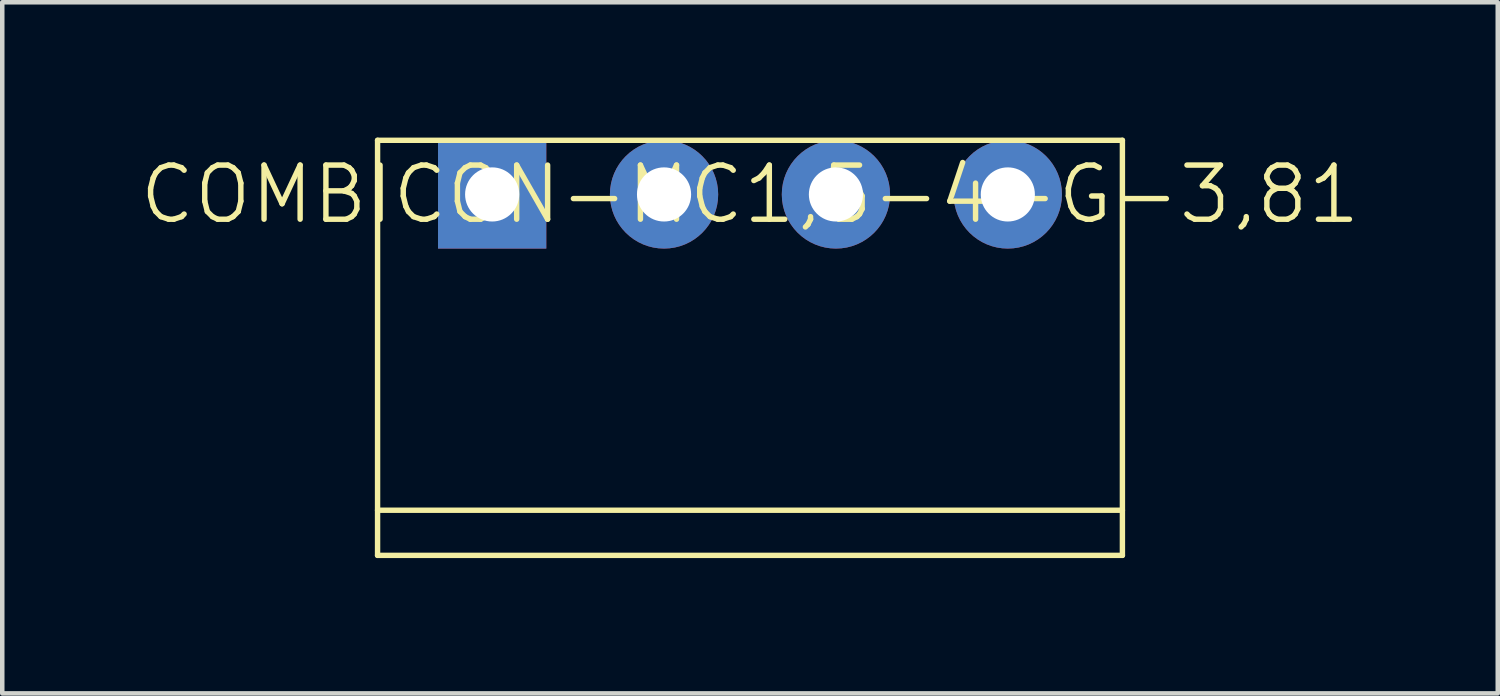
<source format=kicad_pcb>
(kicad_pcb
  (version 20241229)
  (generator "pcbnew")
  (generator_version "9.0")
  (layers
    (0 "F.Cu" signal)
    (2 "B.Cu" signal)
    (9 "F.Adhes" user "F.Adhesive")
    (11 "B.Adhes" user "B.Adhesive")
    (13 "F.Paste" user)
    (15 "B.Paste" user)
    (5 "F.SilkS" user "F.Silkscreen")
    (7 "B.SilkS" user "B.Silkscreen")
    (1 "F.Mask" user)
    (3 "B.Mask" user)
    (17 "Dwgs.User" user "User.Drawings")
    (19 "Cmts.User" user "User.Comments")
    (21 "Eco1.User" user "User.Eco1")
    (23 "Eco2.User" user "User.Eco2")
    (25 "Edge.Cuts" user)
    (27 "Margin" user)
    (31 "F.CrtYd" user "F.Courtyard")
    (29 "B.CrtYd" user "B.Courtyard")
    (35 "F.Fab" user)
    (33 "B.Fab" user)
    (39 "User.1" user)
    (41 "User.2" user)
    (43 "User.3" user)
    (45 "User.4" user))
  (footprint "COMBICON-MC1,5-4-G-3,81"
    (layer "F.Cu")
    (at 13.574 1.26)
    (property "Reference" "COMBICON-MC1,5-4-G-3,81" (at 0 0 0) (layer "F.SilkS") (effects (font (size 1.2 1.2) (thickness 0.12))))
    (attr through_hole)
    (fp_line (start -8.255 -1.2) (end -8.255 8) (stroke (width 0.12) (type solid)) (layer "F.SilkS"))
    (fp_line (start -8.255 7) (end 8.255 7) (stroke (width 0.12) (type solid)) (layer "F.SilkS"))
    (fp_line (start -8.255 8) (end 8.255 8) (stroke (width 0.12) (type solid)) (layer "F.SilkS"))
    (fp_line (start 8.255 -1.2) (end -8.255 -1.2) (stroke (width 0.12) (type solid)) (layer "F.SilkS"))
    (fp_line (start 8.255 8) (end 8.255 -1.2) (stroke (width 0.12) (type solid)) (layer "F.SilkS"))
    (pad "1" thru_hole rect (at -5.715 0) (size 2.4 2.4) (drill 1.2) (layers "*.Cu" "*.Mask"))
    (pad "2" thru_hole circle (at -1.905 0) (size 2.4 2.4) (drill 1.2) (layers "*.Cu" "*.Mask"))
    (pad "3" thru_hole circle (at 1.905 0) (size 2.4 2.4) (drill 1.2) (layers "*.Cu" "*.Mask"))
    (pad "4" thru_hole circle (at 5.715 0) (size 2.4 2.4) (drill 1.2) (layers "*.Cu" "*.Mask")))
  (gr_rect
    (start -3 -3)
    (end 30.149 12.32)
    (stroke (width 0.1) (type default))
    (fill no)
    (layer "Edge.Cuts")))
</source>
